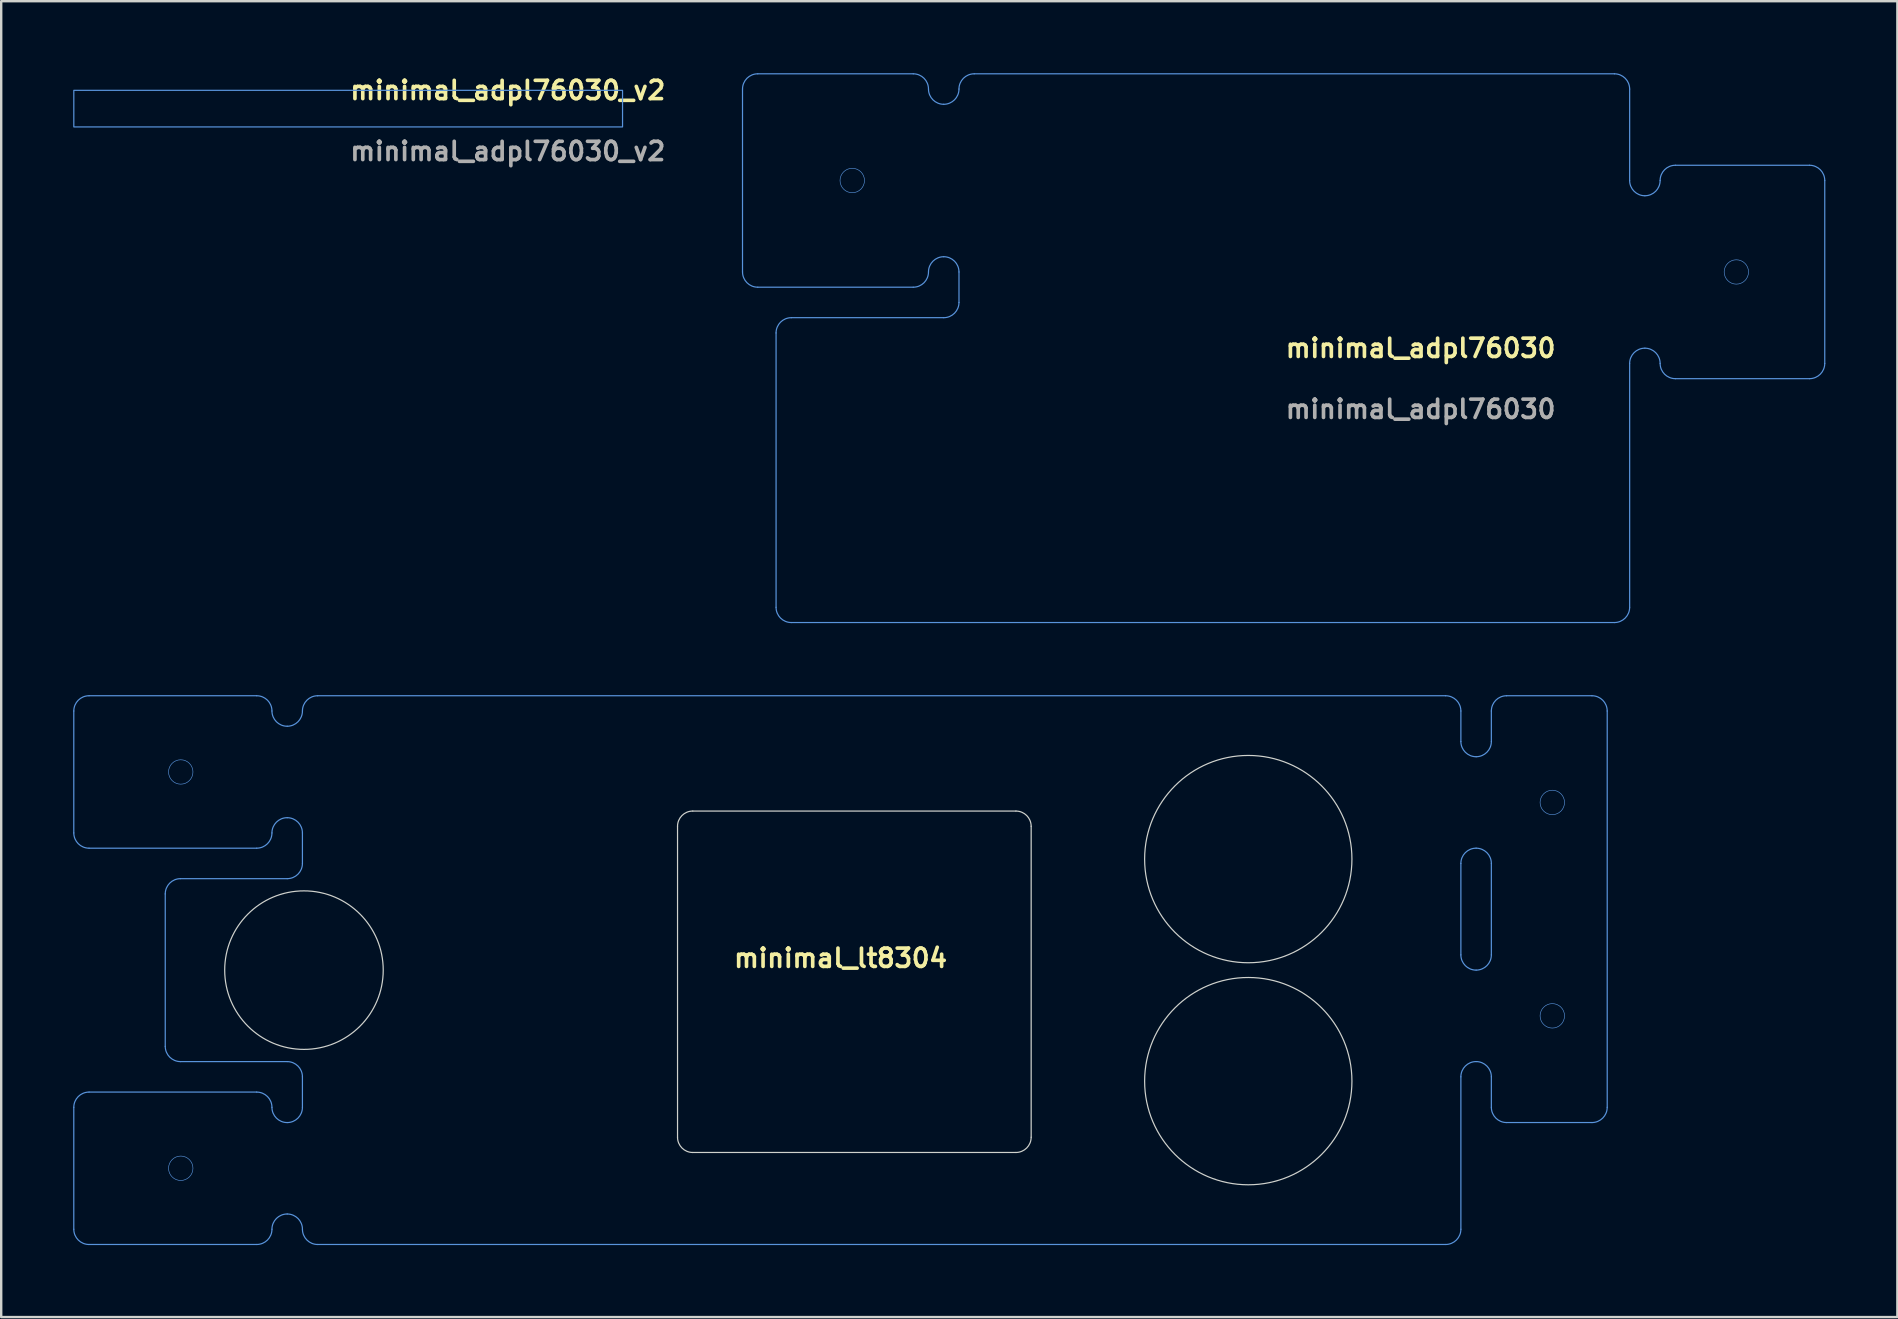
<source format=kicad_pcb>
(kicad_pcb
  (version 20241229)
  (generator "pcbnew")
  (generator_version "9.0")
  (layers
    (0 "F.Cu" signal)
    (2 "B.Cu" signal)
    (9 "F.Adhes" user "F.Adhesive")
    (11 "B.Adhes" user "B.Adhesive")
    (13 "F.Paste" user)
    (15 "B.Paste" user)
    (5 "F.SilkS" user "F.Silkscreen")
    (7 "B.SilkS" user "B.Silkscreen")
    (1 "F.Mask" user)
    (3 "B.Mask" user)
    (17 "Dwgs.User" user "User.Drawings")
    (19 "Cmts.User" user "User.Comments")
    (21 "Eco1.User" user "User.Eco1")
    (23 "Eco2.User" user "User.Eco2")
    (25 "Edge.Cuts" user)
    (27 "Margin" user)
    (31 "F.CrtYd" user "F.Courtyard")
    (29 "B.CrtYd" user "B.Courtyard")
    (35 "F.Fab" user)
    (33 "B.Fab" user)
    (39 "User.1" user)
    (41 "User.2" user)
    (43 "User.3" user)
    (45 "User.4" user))
  (footprint "minimal_lt8304"
    (layer "F.Cu")
    (at 31.965 37.365)
    (property "Reference" "minimal_lt8304" (at 0.003 -0.5 0) (unlocked yes) (layer "F.SilkS") (effects (font (size 0.762 0.762) (thickness 0.152) (bold yes))))
    (fp_line (start -31.941 -5.715) (end -31.941 -10.795) (stroke (width 0.05) (type default)) (layer "Cmts.User"))
    (fp_line (start -31.941 10.795) (end -31.941 5.716) (stroke (width 0.05) (type default)) (layer "Cmts.User"))
    (fp_line (start -31.305 -11.43) (end -24.32 -11.43) (stroke (width 0.05) (type default)) (layer "Cmts.User"))
    (fp_line (start -28.131 3.176) (end -28.131 -3.175) (stroke (width 0.05) (type default)) (layer "Cmts.User"))
    (fp_line (start -24.321 -5.08) (end -31.305 -5.08) (stroke (width 0.05) (type default)) (layer "Cmts.User"))
    (fp_line (start -24.321 5.081) (end -31.305 5.081) (stroke (width 0.05) (type default)) (layer "Cmts.User"))
    (fp_line (start -24.32 11.43) (end -31.305 11.43) (stroke (width 0.05) (type default)) (layer "Cmts.User"))
    (fp_line (start -23.051 -3.81) (end -27.495 -3.81) (stroke (width 0.05) (type default)) (layer "Cmts.User"))
    (fp_line (start -23.051 3.811) (end -27.495 3.811) (stroke (width 0.05) (type default)) (layer "Cmts.User"))
    (fp_line (start -22.416 -5.715) (end -22.416 -4.445) (stroke (width 0.05) (type default)) (layer "Cmts.User"))
    (fp_line (start -22.416 5.716) (end -22.416 4.446) (stroke (width 0.05) (type default)) (layer "Cmts.User"))
    (fp_line (start -21.78 -11.43) (end 25.209 -11.43) (stroke (width 0.05) (type default)) (layer "Cmts.User"))
    (fp_line (start 25.209 11.43) (end -21.78 11.43) (stroke (width 0.05) (type default)) (layer "Cmts.User"))
    (fp_line (start 25.845 -10.795) (end 25.845 -9.525) (stroke (width 0.05) (type default)) (layer "Cmts.User"))
    (fp_line (start 25.845 -0.635) (end 25.845 -4.445) (stroke (width 0.05) (type default)) (layer "Cmts.User"))
    (fp_line (start 25.845 4.445) (end 25.845 10.795) (stroke (width 0.05) (type default)) (layer "Cmts.User"))
    (fp_line (start 27.114 -9.525) (end 27.114 -10.795) (stroke (width 0.05) (type default)) (layer "Cmts.User"))
    (fp_line (start 27.114 -4.445) (end 27.114 -0.635) (stroke (width 0.05) (type default)) (layer "Cmts.User"))
    (fp_line (start 27.114 4.445) (end 27.114 5.715) (stroke (width 0.05) (type default)) (layer "Cmts.User"))
    (fp_line (start 27.75 -11.43) (end 31.305 -11.43) (stroke (width 0.05) (type default)) (layer "Cmts.User"))
    (fp_line (start 27.75 6.35) (end 31.305 6.35) (stroke (width 0.05) (type default)) (layer "Cmts.User"))
    (fp_line (start 31.941 -10.795) (end 31.941 5.715) (stroke (width 0.05) (type default)) (layer "Cmts.User"))
    (fp_arc (start -31.9405 -10.795) (mid -31.754513 -11.244013) (end -31.3055 -11.43) (stroke (width 0.05) (type default)) (layer "Cmts.User"))
    (fp_arc (start -31.9405 5.715978) (mid -31.754513 5.266965) (end -31.3055 5.080978) (stroke (width 0.05) (type default)) (layer "Cmts.User"))
    (fp_arc (start -31.3055 -5.08) (mid -31.754513 -5.265987) (end -31.9405 -5.715) (stroke (width 0.05) (type default)) (layer "Cmts.User"))
    (fp_arc (start -31.3055 11.43) (mid -31.754513 11.244013) (end -31.9405 10.795) (stroke (width 0.05) (type default)) (layer "Cmts.User"))
    (fp_arc (start -28.1305 -3.175) (mid -27.944513 -3.624013) (end -27.4955 -3.81) (stroke (width 0.05) (type default)) (layer "Cmts.User"))
    (fp_arc (start -27.4955 3.810978) (mid -27.944513 3.624991) (end -28.1305 3.175978) (stroke (width 0.05) (type default)) (layer "Cmts.User"))
    (fp_arc (start -24.320972 5.080978) (mid -23.871959 5.266965) (end -23.685972 5.715978) (stroke (width 0.05) (type default)) (layer "Cmts.User"))
    (fp_arc (start -24.3205 -11.43) (mid -23.871487 -11.244013) (end -23.6855 -10.795) (stroke (width 0.05) (type default)) (layer "Cmts.User"))
    (fp_arc (start -23.685972 -5.715) (mid -23.871957 -5.265977) (end -24.320972 -5.08) (stroke (width 0.05) (type default)) (layer "Cmts.User"))
    (fp_arc (start -23.685972 -5.715) (mid -23.499983 -6.164003) (end -23.050972 -6.35) (stroke (width 0.05) (type default)) (layer "Cmts.User"))
    (fp_arc (start -23.6855 10.795) (mid -23.871487 11.244013) (end -24.3205 11.43) (stroke (width 0.05) (type default)) (layer "Cmts.User"))
    (fp_arc (start -23.6855 10.795) (mid -23.499513 10.345987) (end -23.0505 10.16) (stroke (width 0.05) (type default)) (layer "Cmts.User"))
    (fp_arc (start -23.050972 -6.35) (mid -22.601959 -6.164013) (end -22.415972 -5.715) (stroke (width 0.05) (type default)) (layer "Cmts.User"))
    (fp_arc (start -23.050972 3.810978) (mid -22.601959 3.996965) (end -22.415972 4.445978) (stroke (width 0.05) (type default)) (layer "Cmts.User"))
    (fp_arc (start -23.050972 6.350978) (mid -23.499985 6.164991) (end -23.685972 5.715978) (stroke (width 0.05) (type default)) (layer "Cmts.User"))
    (fp_arc (start -23.0505 -10.16) (mid -23.499513 -10.345987) (end -23.6855 -10.795) (stroke (width 0.05) (type default)) (layer "Cmts.User"))
    (fp_arc (start -23.0505 10.16) (mid -22.601487 10.345987) (end -22.4155 10.795) (stroke (width 0.05) (type default)) (layer "Cmts.User"))
    (fp_arc (start -22.415972 -4.445) (mid -22.601957 -3.995977) (end -23.050972 -3.81) (stroke (width 0.05) (type default)) (layer "Cmts.User"))
    (fp_arc (start -22.415972 5.715978) (mid -22.60195 6.165015) (end -23.050972 6.350978) (stroke (width 0.05) (type default)) (layer "Cmts.User"))
    (fp_arc (start -22.4155 -10.795) (mid -22.601487 -10.345987) (end -23.0505 -10.16) (stroke (width 0.05) (type default)) (layer "Cmts.User"))
    (fp_arc (start -22.4155 -10.795) (mid -22.229513 -11.244013) (end -21.7805 -11.43) (stroke (width 0.05) (type default)) (layer "Cmts.User"))
    (fp_arc (start -21.7805 11.43) (mid -22.229513 11.244013) (end -22.4155 10.795) (stroke (width 0.05) (type default)) (layer "Cmts.User"))
    (fp_arc (start 25.2095 -11.43) (mid 25.658513 -11.244013) (end 25.8445 -10.795) (stroke (width 0.05) (type default)) (layer "Cmts.User"))
    (fp_arc (start 25.8445 -4.445) (mid 26.030487 -4.894013) (end 26.4795 -5.08) (stroke (width 0.05) (type default)) (layer "Cmts.User"))
    (fp_arc (start 25.8445 4.445) (mid 26.030487 3.995987) (end 26.4795 3.81) (stroke (width 0.05) (type default)) (layer "Cmts.User"))
    (fp_arc (start 25.8445 10.795) (mid 25.658513 11.244013) (end 25.2095 11.43) (stroke (width 0.05) (type default)) (layer "Cmts.User"))
    (fp_arc (start 26.4795 -8.89) (mid 26.030487 -9.075987) (end 25.8445 -9.525) (stroke (width 0.05) (type default)) (layer "Cmts.User"))
    (fp_arc (start 26.4795 -5.08) (mid 26.928513 -4.894013) (end 27.1145 -4.445) (stroke (width 0.05) (type default)) (layer "Cmts.User"))
    (fp_arc (start 26.4795 0) (mid 26.030487 -0.185987) (end 25.8445 -0.635) (stroke (width 0.05) (type default)) (layer "Cmts.User"))
    (fp_arc (start 26.4795 3.81) (mid 26.928513 3.995987) (end 27.1145 4.445) (stroke (width 0.05) (type default)) (layer "Cmts.User"))
    (fp_arc (start 27.1145 -10.795) (mid 27.300487 -11.244013) (end 27.7495 -11.43) (stroke (width 0.05) (type default)) (layer "Cmts.User"))
    (fp_arc (start 27.1145 -9.525) (mid 26.928513 -9.075987) (end 26.4795 -8.89) (stroke (width 0.05) (type default)) (layer "Cmts.User"))
    (fp_arc (start 27.1145 -0.635) (mid 26.928513 -0.185987) (end 26.4795 0) (stroke (width 0.05) (type default)) (layer "Cmts.User"))
    (fp_arc (start 27.7495 6.35) (mid 27.300487 6.164013) (end 27.1145 5.715) (stroke (width 0.05) (type default)) (layer "Cmts.User"))
    (fp_arc (start 31.3055 -11.43) (mid 31.754513 -11.244013) (end 31.9405 -10.795) (stroke (width 0.05) (type default)) (layer "Cmts.User"))
    (fp_arc (start 31.9405 5.715) (mid 31.754513 6.164013) (end 31.3055 6.35) (stroke (width 0.05) (type default)) (layer "Cmts.User"))
    (fp_circle (center -27.485 -8.255) (end -26.977 -8.255) (stroke (width 0.025) (type default)) (fill no) (layer "Cmts.User"))
    (fp_circle (center -27.485 8.255) (end -26.977 8.255) (stroke (width 0.025) (type default)) (fill no) (layer "Cmts.User"))
    (fp_circle (center 29.654 -6.985) (end 30.163 -6.985) (stroke (width 0.025) (type default)) (fill no) (layer "Cmts.User"))
    (fp_circle (center 29.654 1.905) (end 30.163 1.905) (stroke (width 0.025) (type default)) (fill no) (layer "Cmts.User"))
    (fp_line (start -6.789 6.962) (end -6.789 -5.992) (stroke (width 0.05) (type default)) (layer "Edge.Cuts"))
    (fp_line (start -6.154 -6.627) (end 7.308 -6.627) (stroke (width 0.05) (type default)) (layer "Edge.Cuts"))
    (fp_line (start 7.308 7.597) (end -6.154 7.597) (stroke (width 0.05) (type default)) (layer "Edge.Cuts"))
    (fp_line (start 7.943 -5.992) (end 7.943 6.962) (stroke (width 0.05) (type default)) (layer "Edge.Cuts"))
    (fp_arc (start -6.78942 -5.99186) (mid -6.603433 -6.440873) (end -6.15442 -6.62686) (stroke (width 0.05) (type default)) (layer "Edge.Cuts"))
    (fp_arc (start -6.15442 7.59714) (mid -6.603433 7.411153) (end -6.78942 6.96214) (stroke (width 0.05) (type default)) (layer "Edge.Cuts"))
    (fp_arc (start 7.30758 -6.62686) (mid 7.756601 -6.440881) (end 7.94258 -5.99186) (stroke (width 0.05) (type default)) (layer "Edge.Cuts"))
    (fp_arc (start 7.94258 6.96214) (mid 7.756593 7.411153) (end 7.30758 7.59714) (stroke (width 0.05) (type default)) (layer "Edge.Cuts"))
    (fp_circle (center -22.352 0.000489) (end -19.05 0.000489) (stroke (width 0.05) (type default)) (fill no) (layer "Edge.Cuts"))
    (fp_circle (center 16.988 -4.625) (end 21.306 -4.625) (stroke (width 0.05) (type default)) (fill no) (layer "Edge.Cuts"))
    (fp_circle (center 16.988 4.625) (end 21.306 4.625) (stroke (width 0.05) (type default)) (fill no) (layer "Edge.Cuts")))
  (footprint "minimal_adpl76030_v2"
    (layer "F.Cu")
    (at 11.455 0.713)
    (property "Reference" "minimal_adpl76030_v2" (at 0 0 0) (unlocked yes) (layer "F.SilkS") (effects (font (size 0.762 0.762) (thickness 0.152) (bold yes)) (justify left)))
    (fp_rect (start -11.43 0) (end 11.43 1.524) (stroke (width 0.05) (type solid)) (fill no) (layer "Cmts.User"))
    (fp_text user "${REFERENCE}" (at 0 2.54 0) (unlocked yes) (layer "F.Fab") (effects (font (size 0.762 0.762) (thickness 0.152) (bold yes)) (justify left))))
  (footprint "minimal_adpl76030"
    (layer "F.Cu")
    (at 50.426 11.455)
    (property "Reference" "minimal_adpl76030" (at 0 0 0) (unlocked yes) (layer "F.SilkS") (effects (font (size 0.762 0.762) (thickness 0.152) (bold yes)) (justify left)))
    (fp_line (start -22.543 -3.175) (end -22.543 -10.795) (stroke (width 0.05) (type solid)) (layer "Cmts.User"))
    (fp_line (start -21.145 10.795) (end -21.145 -0.635) (stroke (width 0.05) (type solid)) (layer "Cmts.User"))
    (fp_line (start -15.431 -11.43) (end -21.907 -11.43) (stroke (width 0.05) (type default)) (layer "Cmts.User"))
    (fp_line (start -15.431 -2.54) (end -21.907 -2.54) (stroke (width 0.05) (type default)) (layer "Cmts.User"))
    (fp_line (start -14.161 -1.27) (end -20.511 -1.27) (stroke (width 0.05) (type default)) (layer "Cmts.User"))
    (fp_line (start -13.525 -3.175) (end -13.525 -1.905) (stroke (width 0.05) (type default)) (layer "Cmts.User"))
    (fp_line (start -12.891 -11.43) (end 13.78 -11.43) (stroke (width 0.05) (type default)) (layer "Cmts.User"))
    (fp_line (start 13.78 11.43) (end -20.511 11.43) (stroke (width 0.05) (type default)) (layer "Cmts.User"))
    (fp_line (start 14.415 -10.795) (end 14.415 -6.985) (stroke (width 0.05) (type solid)) (layer "Cmts.User"))
    (fp_line (start 14.415 0.635) (end 14.415 10.795) (stroke (width 0.05) (type solid)) (layer "Cmts.User"))
    (fp_line (start 16.32 -7.62) (end 21.907 -7.62) (stroke (width 0.05) (type default)) (layer "Cmts.User"))
    (fp_line (start 16.32 1.27) (end 21.907 1.27) (stroke (width 0.05) (type default)) (layer "Cmts.User"))
    (fp_line (start 22.543 -6.985) (end 22.543 0.635) (stroke (width 0.05) (type solid)) (layer "Cmts.User"))
    (fp_arc (start -22.5425 -10.795) (mid -22.356513 -11.244013) (end -21.9075 -11.43) (stroke (width 0.05) (type default)) (layer "Cmts.User"))
    (fp_arc (start -21.9075 -2.54) (mid -22.356513 -2.725987) (end -22.5425 -3.175) (stroke (width 0.05) (type default)) (layer "Cmts.User"))
    (fp_arc (start -21.1455 -0.635) (mid -20.959513 -1.084013) (end -20.5105 -1.27) (stroke (width 0.05) (type default)) (layer "Cmts.User"))
    (fp_arc (start -20.5105 11.43) (mid -20.959513 11.244013) (end -21.1455 10.795) (stroke (width 0.05) (type default)) (layer "Cmts.User"))
    (fp_arc (start -15.4305 -11.43) (mid -14.981487 -11.244013) (end -14.7955 -10.795) (stroke (width 0.05) (type default)) (layer "Cmts.User"))
    (fp_arc (start -14.7955 -3.175) (mid -14.981487 -2.725987) (end -15.4305 -2.54) (stroke (width 0.05) (type default)) (layer "Cmts.User"))
    (fp_arc (start -14.7955 -3.175) (mid -14.609513 -3.624013) (end -14.1605 -3.81) (stroke (width 0.05) (type default)) (layer "Cmts.User"))
    (fp_arc (start -14.1605 -10.16) (mid -14.609513 -10.345987) (end -14.7955 -10.795) (stroke (width 0.05) (type default)) (layer "Cmts.User"))
    (fp_arc (start -14.1605 -3.81) (mid -13.711487 -3.624013) (end -13.5255 -3.175) (stroke (width 0.05) (type default)) (layer "Cmts.User"))
    (fp_arc (start -13.5255 -10.795) (mid -13.711487 -10.345987) (end -14.1605 -10.16) (stroke (width 0.05) (type default)) (layer "Cmts.User"))
    (fp_arc (start -13.5255 -10.795) (mid -13.339513 -11.244013) (end -12.8905 -11.43) (stroke (width 0.05) (type default)) (layer "Cmts.User"))
    (fp_arc (start -13.5255 -1.905) (mid -13.711487 -1.455987) (end -14.1605 -1.27) (stroke (width 0.05) (type default)) (layer "Cmts.User"))
    (fp_arc (start 13.7795 -11.43) (mid 14.228513 -11.244013) (end 14.4145 -10.795) (stroke (width 0.05) (type default)) (layer "Cmts.User"))
    (fp_arc (start 14.4145 0.635) (mid 14.600487 0.185987) (end 15.0495 0) (stroke (width 0.05) (type default)) (layer "Cmts.User"))
    (fp_arc (start 14.4145 10.795) (mid 14.228513 11.244013) (end 13.7795 11.43) (stroke (width 0.05) (type default)) (layer "Cmts.User"))
    (fp_arc (start 15.0495 -6.35) (mid 14.600487 -6.535987) (end 14.4145 -6.985) (stroke (width 0.05) (type default)) (layer "Cmts.User"))
    (fp_arc (start 15.0495 0) (mid 15.498513 0.185987) (end 15.6845 0.635) (stroke (width 0.05) (type default)) (layer "Cmts.User"))
    (fp_arc (start 15.6845 -6.985) (mid 15.498513 -6.535987) (end 15.0495 -6.35) (stroke (width 0.05) (type default)) (layer "Cmts.User"))
    (fp_arc (start 15.6845 -6.985) (mid 15.870487 -7.434013) (end 16.3195 -7.62) (stroke (width 0.05) (type default)) (layer "Cmts.User"))
    (fp_arc (start 16.3195 1.27) (mid 15.870487 1.084013) (end 15.6845 0.635) (stroke (width 0.05) (type default)) (layer "Cmts.User"))
    (fp_arc (start 21.9075 -7.62) (mid 22.356513 -7.434013) (end 22.5425 -6.985) (stroke (width 0.05) (type default)) (layer "Cmts.User"))
    (fp_arc (start 22.5425 0.635) (mid 22.356513 1.084013) (end 21.9075 1.27) (stroke (width 0.05) (type default)) (layer "Cmts.User"))
    (fp_circle (center -17.971 -6.985) (end -17.462 -6.985) (stroke (width 0.025) (type solid)) (fill no) (layer "Cmts.User"))
    (fp_circle (center 18.86 -3.175) (end 19.367 -3.175) (stroke (width 0.025) (type solid)) (fill no) (layer "Cmts.User"))
    (fp_text user "${REFERENCE}" (at 0 2.54 0) (unlocked yes) (layer "F.Fab") (effects (font (size 0.762 0.762) (thickness 0.152) (bold yes)) (justify left))))
  (gr_rect
    (start -3 -3)
    (end 75.994 51.82)
    (stroke (width 0.1) (type default))
    (fill no)
    (layer "Edge.Cuts")))
</source>
